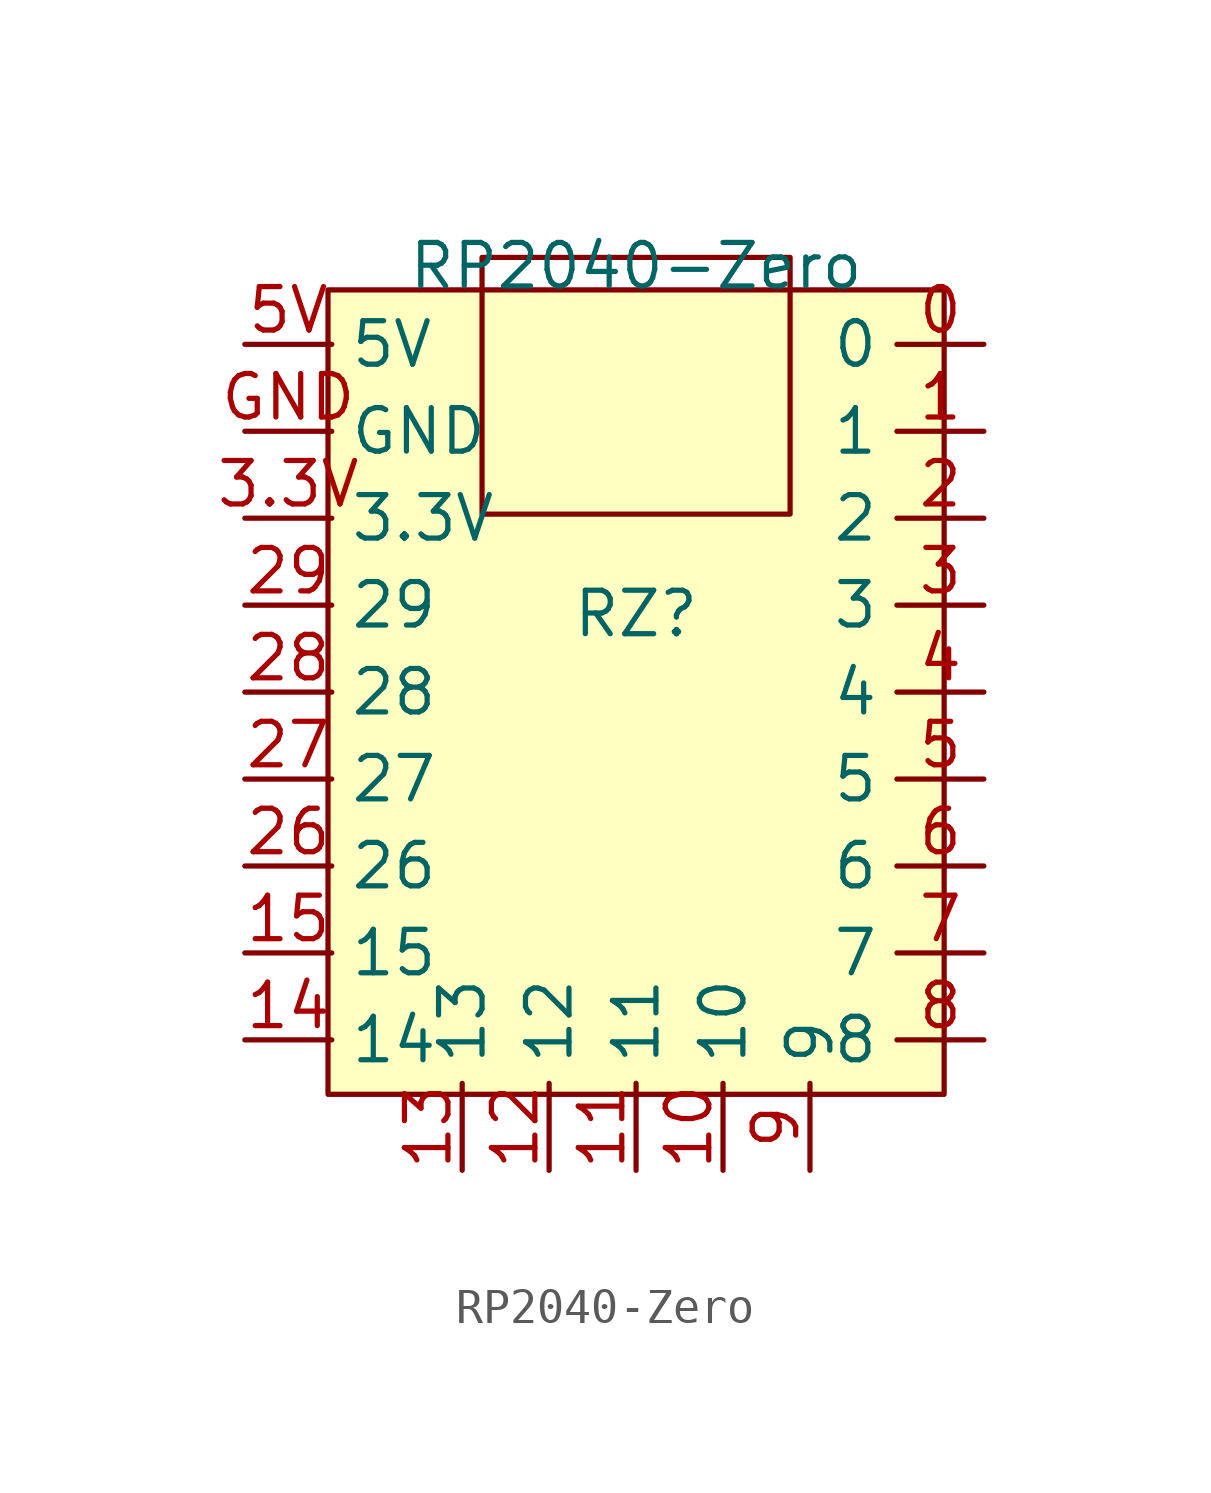
<source format=kicad_sym>
(kicad_symbol_lib
  (version 20241209)
  (generator "kicad_symbol_editor")
  (generator_version "9.0")
  (symbol "RP2040-Zero"
    (property "Reference" "RZ"
      (at 0 2.286 0)
      (effects (font (size 1.27 1.27))))
    (property "Value" "RP2040-Zero"
      (at 0 12.446 0)
      (effects (font (size 1.27 1.27))))
    (symbol "RP2040-Zero_1_1"
      (rectangle (start -9 11.75) (end 9 -11.75) (stroke (width 0) (type solid)) (fill (type color) (color 255 255 194 1)))
      (rectangle (start -4.5 12.7) (end 4.5 5.2) (stroke (width 0) (type default)) (fill (type none)))
      (pin power_out line (at -11.43 10.16 0) (length 2.54) (name "5V" (effects (font (size 1.27 1.27)))) (number "5V" (effects (font (size 1.27 1.27)))))
      (pin power_in line (at -11.43 7.62 0) (length 2.54) (name "GND" (effects (font (size 1.27 1.27)))) (number "GND" (effects (font (size 1.27 1.27)))))
      (pin power_out line (at -11.43 5.08 0) (length 2.54) (name "3.3V" (effects (font (size 1.27 1.27)))) (number "3.3V" (effects (font (size 1.27 1.27)))))
      (pin bidirectional line (at -11.43 2.54 0) (length 2.54) (name "29" (effects (font (size 1.27 1.27)))) (number "29" (effects (font (size 1.27 1.27)))))
      (pin bidirectional line (at -11.43 0 0) (length 2.54) (name "28" (effects (font (size 1.27 1.27)))) (number "28" (effects (font (size 1.27 1.27)))))
      (pin bidirectional line (at -11.43 -2.54 0) (length 2.54) (name "27" (effects (font (size 1.27 1.27)))) (number "27" (effects (font (size 1.27 1.27)))))
      (pin bidirectional line (at -11.43 -5.08 0) (length 2.54) (name "26" (effects (font (size 1.27 1.27)))) (number "26" (effects (font (size 1.27 1.27)))))
      (pin bidirectional line (at -11.43 -7.62 0) (length 2.54) (name "15" (effects (font (size 1.27 1.27)))) (number "15" (effects (font (size 1.27 1.27)))))
      (pin bidirectional line (at -11.43 -10.16 0) (length 2.54) (name "14" (effects (font (size 1.27 1.27)))) (number "14" (effects (font (size 1.27 1.27)))))
      (pin bidirectional line (at -5.08 -13.97 90) (length 2.54) (name "13" (effects (font (size 1.27 1.27)))) (number "13" (effects (font (size 1.27 1.27)))))
      (pin bidirectional line (at -2.54 -13.97 90) (length 2.54) (name "12" (effects (font (size 1.27 1.27)))) (number "12" (effects (font (size 1.27 1.27)))))
      (pin bidirectional line (at 0 -13.97 90) (length 2.54) (name "11" (effects (font (size 1.27 1.27)))) (number "11" (effects (font (size 1.27 1.27)))))
      (pin bidirectional line (at 2.54 -13.97 90) (length 2.54) (name "10" (effects (font (size 1.27 1.27)))) (number "10" (effects (font (size 1.27 1.27)))))
      (pin bidirectional line (at 5.08 -13.97 90) (length 2.54) (name "9" (effects (font (size 1.27 1.27)))) (number "9" (effects (font (size 1.27 1.27)))))
      (pin bidirectional line (at 10.16 10.16 180) (length 2.54) (name "0" (effects (font (size 1.27 1.27)))) (number "0" (effects (font (size 1.27 1.27)))))
      (pin bidirectional line (at 10.16 7.62 180) (length 2.54) (name "1" (effects (font (size 1.27 1.27)))) (number "1" (effects (font (size 1.27 1.27)))))
      (pin bidirectional line (at 10.16 5.08 180) (length 2.54) (name "2" (effects (font (size 1.27 1.27)))) (number "2" (effects (font (size 1.27 1.27)))))
      (pin bidirectional line (at 10.16 2.54 180) (length 2.54) (name "3" (effects (font (size 1.27 1.27)))) (number "3" (effects (font (size 1.27 1.27)))))
      (pin bidirectional line (at 10.16 0 180) (length 2.54) (name "4" (effects (font (size 1.27 1.27)))) (number "4" (effects (font (size 1.27 1.27)))))
      (pin bidirectional line (at 10.16 -2.54 180) (length 2.54) (name "5" (effects (font (size 1.27 1.27)))) (number "5" (effects (font (size 1.27 1.27)))))
      (pin bidirectional line (at 10.16 -5.08 180) (length 2.54) (name "6" (effects (font (size 1.27 1.27)))) (number "6" (effects (font (size 1.27 1.27)))))
      (pin bidirectional line (at 10.16 -7.62 180) (length 2.54) (name "7" (effects (font (size 1.27 1.27)))) (number "7" (effects (font (size 1.27 1.27)))))
      (pin bidirectional line (at 10.16 -10.16 180) (length 2.54) (name "8" (effects (font (size 1.27 1.27)))) (number "8" (effects (font (size 1.27 1.27))))))))
</source>
